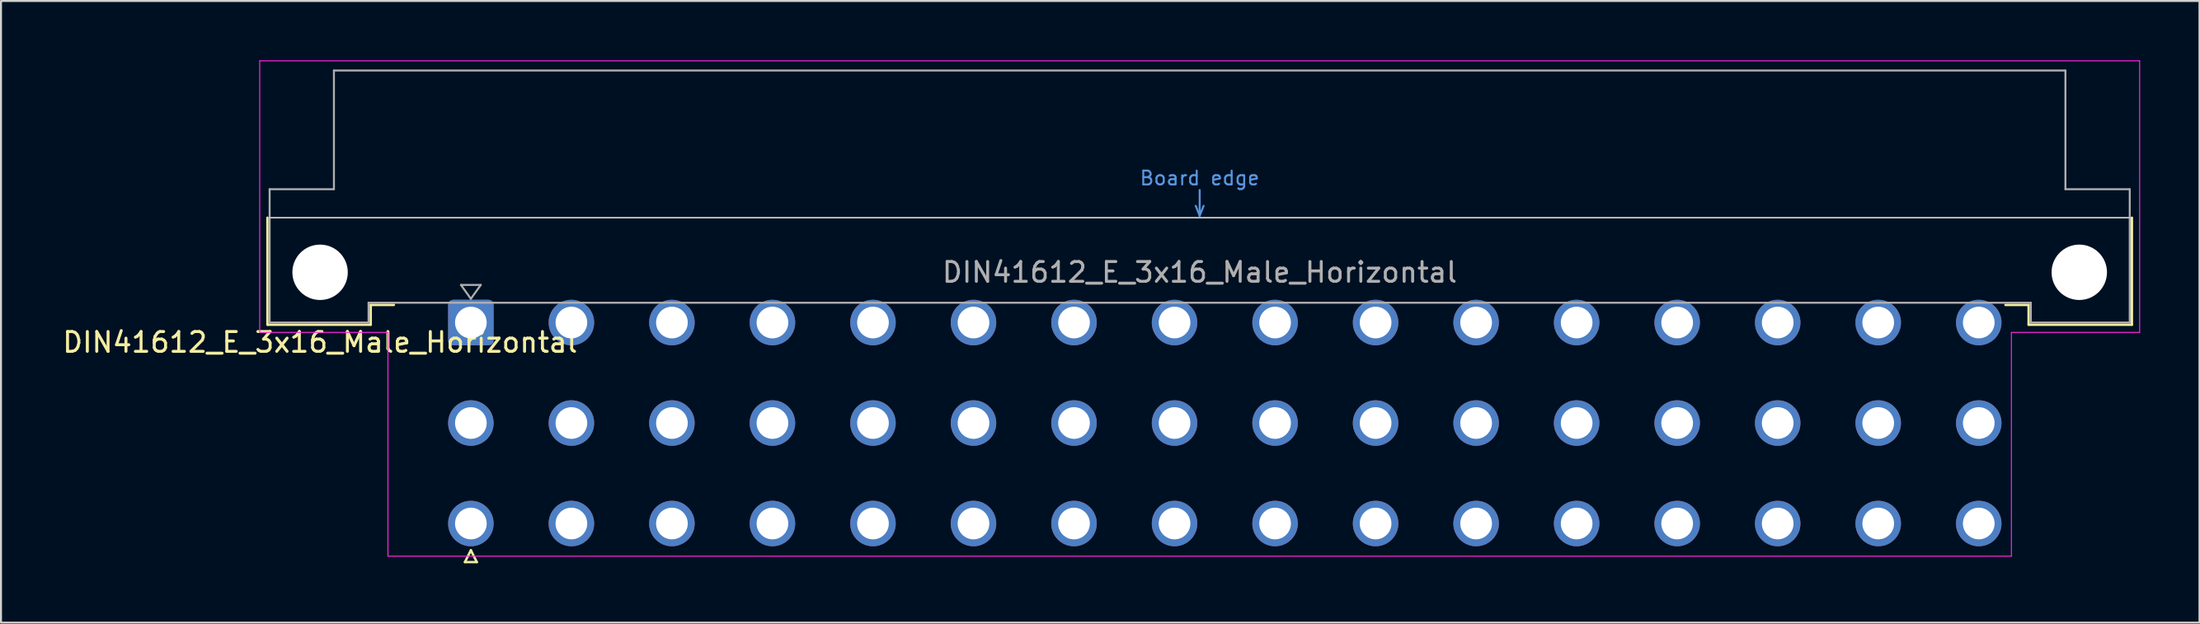
<source format=kicad_pcb>
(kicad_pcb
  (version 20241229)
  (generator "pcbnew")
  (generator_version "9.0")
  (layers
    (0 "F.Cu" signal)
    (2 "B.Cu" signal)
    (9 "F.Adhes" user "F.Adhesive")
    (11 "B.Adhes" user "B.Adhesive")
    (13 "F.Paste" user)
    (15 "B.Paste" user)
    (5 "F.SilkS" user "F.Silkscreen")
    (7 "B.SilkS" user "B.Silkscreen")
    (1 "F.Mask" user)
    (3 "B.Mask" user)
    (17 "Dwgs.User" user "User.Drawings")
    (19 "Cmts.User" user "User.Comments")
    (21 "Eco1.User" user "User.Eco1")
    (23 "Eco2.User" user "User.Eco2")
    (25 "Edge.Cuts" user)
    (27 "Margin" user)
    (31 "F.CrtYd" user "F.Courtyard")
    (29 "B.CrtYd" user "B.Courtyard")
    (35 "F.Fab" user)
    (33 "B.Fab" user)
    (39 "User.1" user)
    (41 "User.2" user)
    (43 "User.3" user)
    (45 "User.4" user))
  (footprint "DIN41612_E_3x16_Male_Horizontal"
    (layer "F.Cu")
    (at 18.205 13.255)
    (property "Reference" "DIN41612_E_3x16_Male_Horizontal" (at -5.08 1 0) (layer "F.SilkS") (effects (font (size 1 1) (thickness 0.15))))
    (attr through_hole)
    (fp_line (start -7.74 -5.3) (end -7.74 0.11) (stroke (width 0.12) (type solid)) (layer "F.SilkS"))
    (fp_line (start -7.74 0.11) (end -2.52 0.11) (stroke (width 0.12) (type solid)) (layer "F.SilkS"))
    (fp_line (start -2.52 -0.89) (end -1.35 -0.89) (stroke (width 0.12) (type solid)) (layer "F.SilkS"))
    (fp_line (start -2.52 0.11) (end -2.52 -0.89) (stroke (width 0.12) (type solid)) (layer "F.SilkS"))
    (fp_line (start 2.24 12.11) (end 2.84 12.11) (stroke (width 0.12) (type solid)) (layer "F.SilkS"))
    (fp_line (start 2.54 11.51) (end 2.24 12.11) (stroke (width 0.12) (type solid)) (layer "F.SilkS"))
    (fp_line (start 2.84 12.11) (end 2.54 11.51) (stroke (width 0.12) (type solid)) (layer "F.SilkS"))
    (fp_line (start 81.26 -0.89) (end 80.09 -0.89) (stroke (width 0.12) (type solid)) (layer "F.SilkS"))
    (fp_line (start 81.26 0.11) (end 81.26 -0.89) (stroke (width 0.12) (type solid)) (layer "F.SilkS"))
    (fp_line (start 86.48 -5.3) (end 86.48 0.11) (stroke (width 0.12) (type solid)) (layer "F.SilkS"))
    (fp_line (start 86.48 0.11) (end 81.26 0.11) (stroke (width 0.12) (type solid)) (layer "F.SilkS"))
    (fp_line (start -7.63 -5.3) (end 86.37 -5.3) (stroke (width 0.08) (type solid)) (layer "Dwgs.User"))
    (fp_line (start 39.17 -5.9) (end 39.37 -5.4) (stroke (width 0.1) (type solid)) (layer "Cmts.User"))
    (fp_line (start 39.37 -5.4) (end 39.37 -6.7) (stroke (width 0.1) (type solid)) (layer "Cmts.User"))
    (fp_line (start 39.37 -5.4) (end 39.57 -5.9) (stroke (width 0.1) (type solid)) (layer "Cmts.User"))
    (fp_line (start -8.13 -13.23) (end -8.13 0.5) (stroke (width 0.05) (type solid)) (layer "F.CrtYd"))
    (fp_line (start -8.13 0.5) (end -1.65 0.5) (stroke (width 0.05) (type solid)) (layer "F.CrtYd"))
    (fp_line (start -1.65 0.5) (end -1.65 11.81) (stroke (width 0.05) (type solid)) (layer "F.CrtYd"))
    (fp_line (start -1.65 11.81) (end 80.39 11.81) (stroke (width 0.05) (type solid)) (layer "F.CrtYd"))
    (fp_line (start 80.39 0.5) (end 86.87 0.5) (stroke (width 0.05) (type solid)) (layer "F.CrtYd"))
    (fp_line (start 80.39 11.81) (end 80.39 0.5) (stroke (width 0.05) (type solid)) (layer "F.CrtYd"))
    (fp_line (start 86.87 -13.23) (end -8.13 -13.23) (stroke (width 0.05) (type solid)) (layer "F.CrtYd"))
    (fp_line (start 86.87 0.5) (end 86.87 -13.23) (stroke (width 0.05) (type solid)) (layer "F.CrtYd"))
    (fp_line (start -7.63 -6.74) (end -7.63 0) (stroke (width 0.1) (type solid)) (layer "F.Fab"))
    (fp_line (start -7.63 0) (end -2.63 0) (stroke (width 0.1) (type solid)) (layer "F.Fab"))
    (fp_line (start -4.38 -12.74) (end -4.38 -6.74) (stroke (width 0.1) (type solid)) (layer "F.Fab"))
    (fp_line (start -4.38 -6.74) (end -7.63 -6.74) (stroke (width 0.1) (type solid)) (layer "F.Fab"))
    (fp_line (start -2.63 -1) (end 81.37 -1) (stroke (width 0.1) (type solid)) (layer "F.Fab"))
    (fp_line (start -2.63 0) (end -2.63 -1) (stroke (width 0.1) (type solid)) (layer "F.Fab"))
    (fp_line (start 2.04 -1.9) (end 3.04 -1.9) (stroke (width 0.1) (type solid)) (layer "F.Fab"))
    (fp_line (start 2.54 -1.2) (end 2.04 -1.9) (stroke (width 0.1) (type solid)) (layer "F.Fab"))
    (fp_line (start 3.04 -1.9) (end 2.54 -1.2) (stroke (width 0.1) (type solid)) (layer "F.Fab"))
    (fp_line (start 81.37 -1) (end 81.37 0) (stroke (width 0.1) (type solid)) (layer "F.Fab"))
    (fp_line (start 81.37 0) (end 86.37 0) (stroke (width 0.1) (type solid)) (layer "F.Fab"))
    (fp_line (start 83.12 -12.74) (end -4.38 -12.74) (stroke (width 0.1) (type solid)) (layer "F.Fab"))
    (fp_line (start 83.12 -6.74) (end 83.12 -12.74) (stroke (width 0.1) (type solid)) (layer "F.Fab"))
    (fp_line (start 86.37 -6.74) (end 83.12 -6.74) (stroke (width 0.1) (type solid)) (layer "F.Fab"))
    (fp_line (start 86.37 0) (end 86.37 -6.74) (stroke (width 0.1) (type solid)) (layer "F.Fab"))
    (fp_text user "Board edge" (at 39.37 -7.3 0) (layer "Cmts.User") (effects (font (size 0.7 0.7) (thickness 0.1))))
    (fp_text user "${REFERENCE}" (at 39.37 -2.54 0) (layer "F.Fab") (effects (font (size 1 1) (thickness 0.15))))
    (pad "" np_thru_hole circle (at -5.08 -2.54) (size 2.8 2.8) (drill 2.8) (layers "*.Cu" "*.Mask"))
    (pad "" np_thru_hole circle (at 83.82 -2.54) (size 2.8 2.8) (drill 2.8) (layers "*.Cu" "*.Mask"))
    (pad "a2" thru_hole roundrect (at 2.54 0) (size 2.3 2.3) (drill 1.6) (layers "*.Cu" "*.Mask") (roundrect_rratio 0.109))
    (pad "a4" thru_hole circle (at 7.62 0) (size 2.3 2.3) (drill 1.6) (layers "*.Cu" "*.Mask"))
    (pad "a6" thru_hole circle (at 12.7 0) (size 2.3 2.3) (drill 1.6) (layers "*.Cu" "*.Mask"))
    (pad "a8" thru_hole circle (at 17.78 0) (size 2.3 2.3) (drill 1.6) (layers "*.Cu" "*.Mask"))
    (pad "a10" thru_hole circle (at 22.86 0) (size 2.3 2.3) (drill 1.6) (layers "*.Cu" "*.Mask"))
    (pad "a12" thru_hole circle (at 27.94 0) (size 2.3 2.3) (drill 1.6) (layers "*.Cu" "*.Mask"))
    (pad "a14" thru_hole circle (at 33.02 0) (size 2.3 2.3) (drill 1.6) (layers "*.Cu" "*.Mask"))
    (pad "a16" thru_hole circle (at 38.1 0) (size 2.3 2.3) (drill 1.6) (layers "*.Cu" "*.Mask"))
    (pad "a18" thru_hole circle (at 43.18 0) (size 2.3 2.3) (drill 1.6) (layers "*.Cu" "*.Mask"))
    (pad "a20" thru_hole circle (at 48.26 0) (size 2.3 2.3) (drill 1.6) (layers "*.Cu" "*.Mask"))
    (pad "a22" thru_hole circle (at 53.34 0) (size 2.3 2.3) (drill 1.6) (layers "*.Cu" "*.Mask"))
    (pad "a24" thru_hole circle (at 58.42 0) (size 2.3 2.3) (drill 1.6) (layers "*.Cu" "*.Mask"))
    (pad "a26" thru_hole circle (at 63.5 0) (size 2.3 2.3) (drill 1.6) (layers "*.Cu" "*.Mask"))
    (pad "a28" thru_hole circle (at 68.58 0) (size 2.3 2.3) (drill 1.6) (layers "*.Cu" "*.Mask"))
    (pad "a30" thru_hole circle (at 73.66 0) (size 2.3 2.3) (drill 1.6) (layers "*.Cu" "*.Mask"))
    (pad "a32" thru_hole circle (at 78.74 0) (size 2.3 2.3) (drill 1.6) (layers "*.Cu" "*.Mask"))
    (pad "c2" thru_hole circle (at 2.54 5.08) (size 2.3 2.3) (drill 1.6) (layers "*.Cu" "*.Mask"))
    (pad "c4" thru_hole circle (at 7.62 5.08) (size 2.3 2.3) (drill 1.6) (layers "*.Cu" "*.Mask"))
    (pad "c6" thru_hole circle (at 12.7 5.08) (size 2.3 2.3) (drill 1.6) (layers "*.Cu" "*.Mask"))
    (pad "c8" thru_hole circle (at 17.78 5.08) (size 2.3 2.3) (drill 1.6) (layers "*.Cu" "*.Mask"))
    (pad "c10" thru_hole circle (at 22.86 5.08) (size 2.3 2.3) (drill 1.6) (layers "*.Cu" "*.Mask"))
    (pad "c12" thru_hole circle (at 27.94 5.08) (size 2.3 2.3) (drill 1.6) (layers "*.Cu" "*.Mask"))
    (pad "c14" thru_hole circle (at 33.02 5.08) (size 2.3 2.3) (drill 1.6) (layers "*.Cu" "*.Mask"))
    (pad "c16" thru_hole circle (at 38.1 5.08) (size 2.3 2.3) (drill 1.6) (layers "*.Cu" "*.Mask"))
    (pad "c18" thru_hole circle (at 43.18 5.08) (size 2.3 2.3) (drill 1.6) (layers "*.Cu" "*.Mask"))
    (pad "c20" thru_hole circle (at 48.26 5.08) (size 2.3 2.3) (drill 1.6) (layers "*.Cu" "*.Mask"))
    (pad "c22" thru_hole circle (at 53.34 5.08) (size 2.3 2.3) (drill 1.6) (layers "*.Cu" "*.Mask"))
    (pad "c24" thru_hole circle (at 58.42 5.08) (size 2.3 2.3) (drill 1.6) (layers "*.Cu" "*.Mask"))
    (pad "c26" thru_hole circle (at 63.5 5.08) (size 2.3 2.3) (drill 1.6) (layers "*.Cu" "*.Mask"))
    (pad "c28" thru_hole circle (at 68.58 5.08) (size 2.3 2.3) (drill 1.6) (layers "*.Cu" "*.Mask"))
    (pad "c30" thru_hole circle (at 73.66 5.08) (size 2.3 2.3) (drill 1.6) (layers "*.Cu" "*.Mask"))
    (pad "c32" thru_hole circle (at 78.74 5.08) (size 2.3 2.3) (drill 1.6) (layers "*.Cu" "*.Mask"))
    (pad "e2" thru_hole circle (at 2.54 10.16) (size 2.3 2.3) (drill 1.6) (layers "*.Cu" "*.Mask"))
    (pad "e4" thru_hole circle (at 7.62 10.16) (size 2.3 2.3) (drill 1.6) (layers "*.Cu" "*.Mask"))
    (pad "e6" thru_hole circle (at 12.7 10.16) (size 2.3 2.3) (drill 1.6) (layers "*.Cu" "*.Mask"))
    (pad "e8" thru_hole circle (at 17.78 10.16) (size 2.3 2.3) (drill 1.6) (layers "*.Cu" "*.Mask"))
    (pad "e10" thru_hole circle (at 22.86 10.16) (size 2.3 2.3) (drill 1.6) (layers "*.Cu" "*.Mask"))
    (pad "e12" thru_hole circle (at 27.94 10.16) (size 2.3 2.3) (drill 1.6) (layers "*.Cu" "*.Mask"))
    (pad "e14" thru_hole circle (at 33.02 10.16) (size 2.3 2.3) (drill 1.6) (layers "*.Cu" "*.Mask"))
    (pad "e16" thru_hole circle (at 38.1 10.16) (size 2.3 2.3) (drill 1.6) (layers "*.Cu" "*.Mask"))
    (pad "e18" thru_hole circle (at 43.18 10.16) (size 2.3 2.3) (drill 1.6) (layers "*.Cu" "*.Mask"))
    (pad "e20" thru_hole circle (at 48.26 10.16) (size 2.3 2.3) (drill 1.6) (layers "*.Cu" "*.Mask"))
    (pad "e22" thru_hole circle (at 53.34 10.16) (size 2.3 2.3) (drill 1.6) (layers "*.Cu" "*.Mask"))
    (pad "e24" thru_hole circle (at 58.42 10.16) (size 2.3 2.3) (drill 1.6) (layers "*.Cu" "*.Mask"))
    (pad "e26" thru_hole circle (at 63.5 10.16) (size 2.3 2.3) (drill 1.6) (layers "*.Cu" "*.Mask"))
    (pad "e28" thru_hole circle (at 68.58 10.16) (size 2.3 2.3) (drill 1.6) (layers "*.Cu" "*.Mask"))
    (pad "e30" thru_hole circle (at 73.66 10.16) (size 2.3 2.3) (drill 1.6) (layers "*.Cu" "*.Mask"))
    (pad "e32" thru_hole circle (at 78.74 10.16) (size 2.3 2.3) (drill 1.6) (layers "*.Cu" "*.Mask")))
  (gr_rect
    (start -3 -3)
    (end 108.1 28.425)
    (stroke (width 0.1) (type default))
    (fill no)
    (layer "Edge.Cuts")))
</source>
